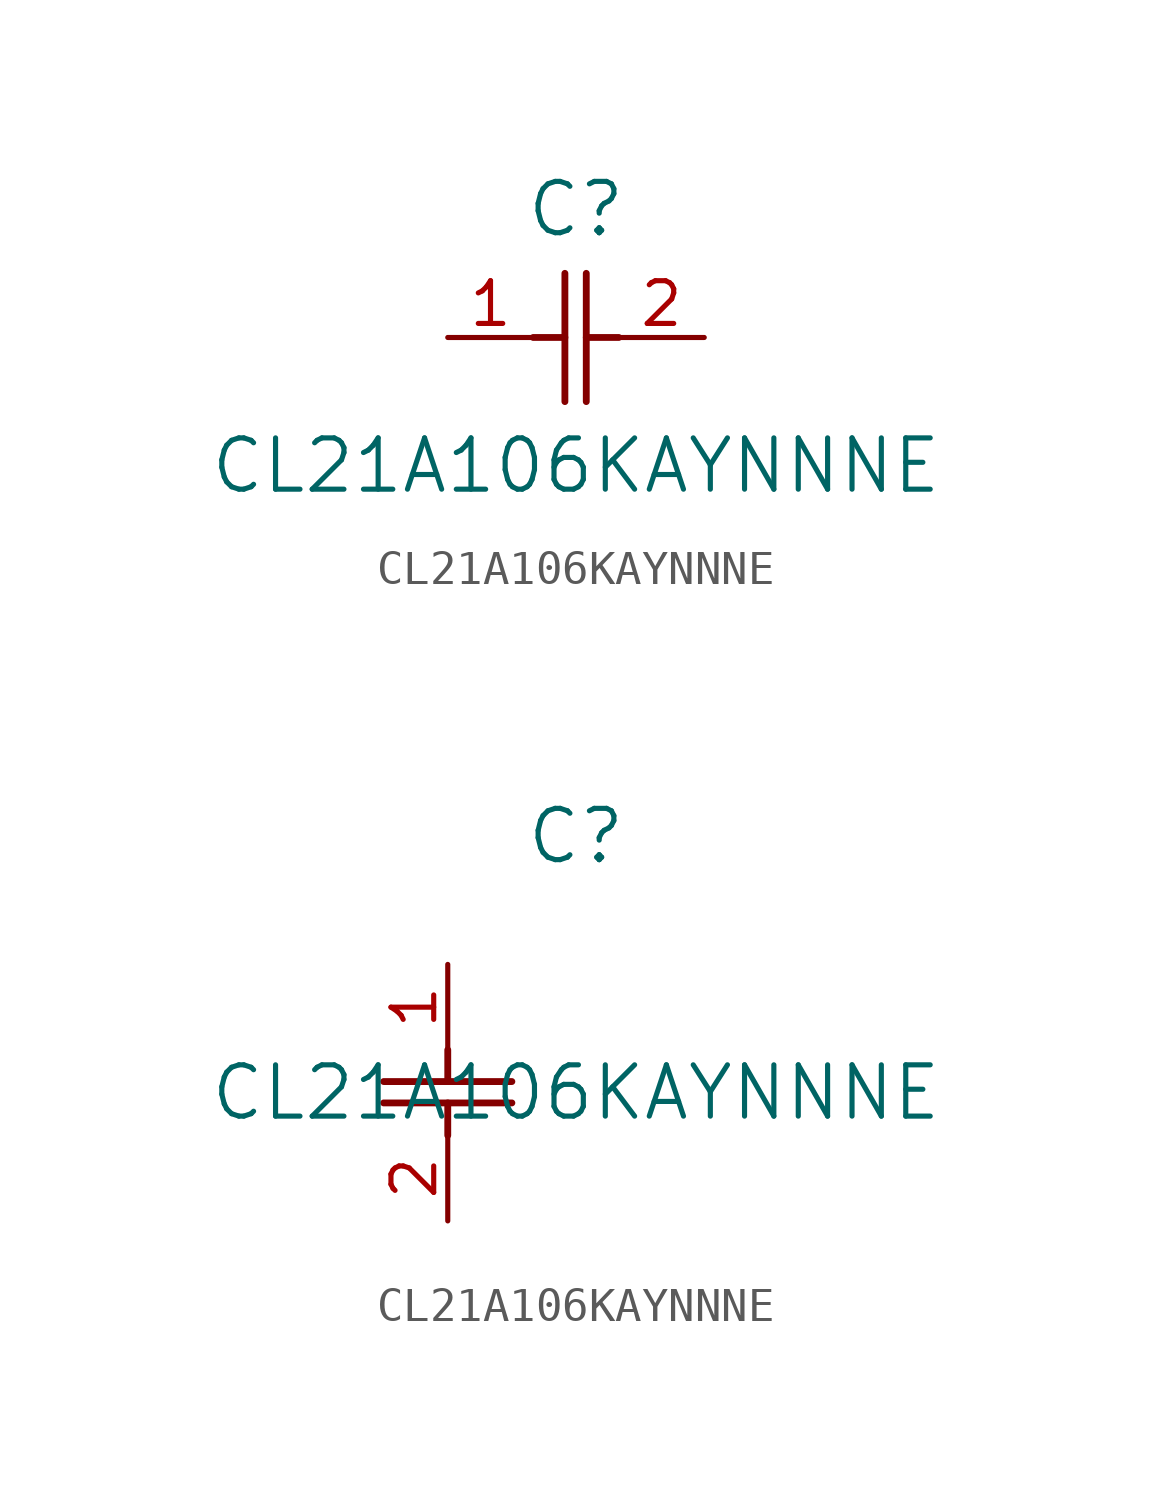
<source format=kicad_sym>
(kicad_symbol_lib
  (version 20211014)
  (generator kicad_symbol_editor)
  (symbol "CL21A106KAYNNNE"
    (pin_names
      (offset 0.254))
    (property "Reference" "C"
      (at 3.81 3.81 0)
      (effects (font (size 1.524 1.524))))
    (property "Value" "CL21A106KAYNNNE"
      (at 3.81 -3.81 0)
      (effects (font (size 1.524 1.524))))
    (symbol "CL21A106KAYNNNE_1_1"
      (polyline (pts (xy 3.48 -1.905) (xy 3.48 1.905)) (stroke (width 0.203) (type default) (color 0 0 0 0)) (fill (type none)))
      (polyline (pts (xy 4.115 -1.905) (xy 4.115 1.905)) (stroke (width 0.203) (type default) (color 0 0 0 0)) (fill (type none)))
      (polyline (pts (xy 4.115 0) (xy 5.08 0)) (stroke (width 0.203) (type default) (color 0 0 0 0)) (fill (type none)))
      (polyline (pts (xy 2.54 0) (xy 3.48 0)) (stroke (width 0.203) (type default) (color 0 0 0 0)) (fill (type none)))
      (pin unspecified line (at 0 0 0) (length 2.54) (name "" (effects (font (size 1.27 1.27)))) (number "1" (effects (font (size 1.27 1.27)))))
      (pin unspecified line (at 7.62 0 180) (length 2.54) (name "" (effects (font (size 1.27 1.27)))) (number "2" (effects (font (size 1.27 1.27))))))
    (symbol "CL21A106KAYNNNE_1_2"
      (polyline (pts (xy -1.905 -3.48) (xy 1.905 -3.48)) (stroke (width 0.203) (type default) (color 0 0 0 0)) (fill (type none)))
      (polyline (pts (xy -1.905 -4.115) (xy 1.905 -4.115)) (stroke (width 0.203) (type default) (color 0 0 0 0)) (fill (type none)))
      (polyline (pts (xy 0 -4.115) (xy 0 -5.08)) (stroke (width 0.203) (type default) (color 0 0 0 0)) (fill (type none)))
      (polyline (pts (xy 0 -2.54) (xy 0 -3.48)) (stroke (width 0.203) (type default) (color 0 0 0 0)) (fill (type none)))
      (pin unspecified line (at 0 0 270) (length 2.54) (name "" (effects (font (size 1.27 1.27)))) (number "1" (effects (font (size 1.27 1.27)))))
      (pin unspecified line (at 0 -7.62 90) (length 2.54) (name "" (effects (font (size 1.27 1.27)))) (number "2" (effects (font (size 1.27 1.27))))))))
</source>
